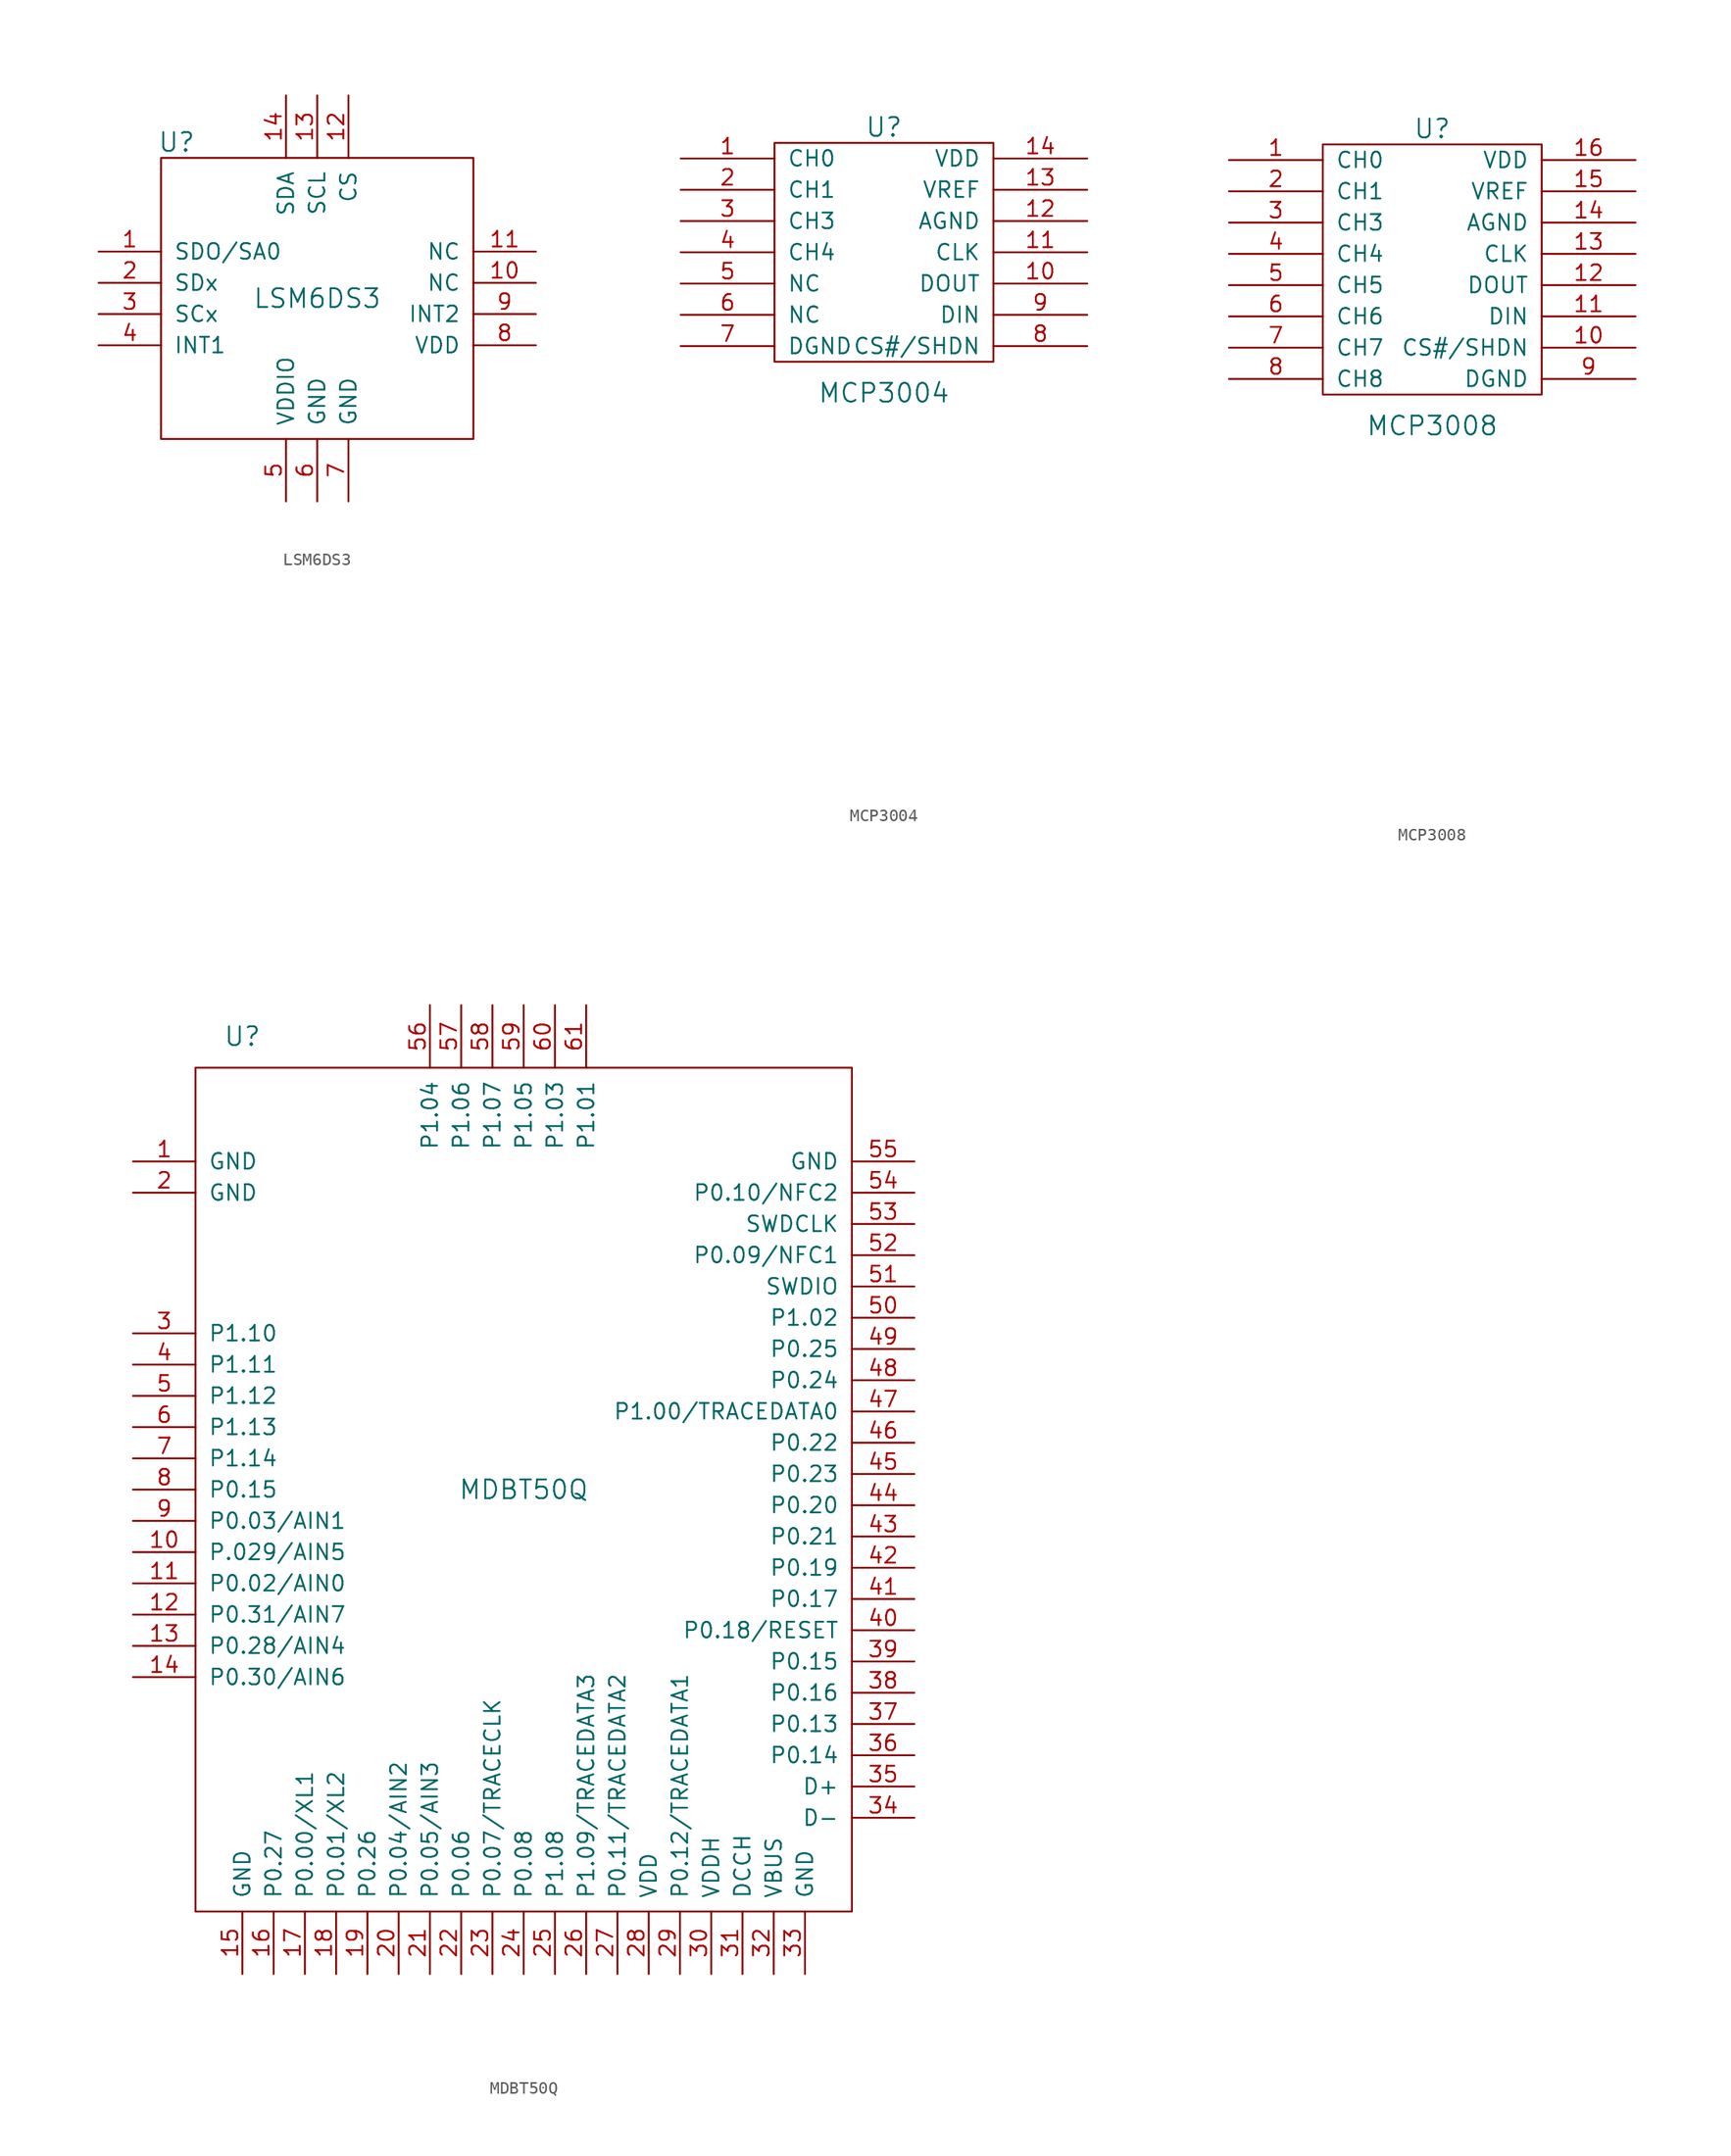
<source format=kicad_sym>
(kicad_symbol_lib
  (version 20220914)
  (generator kicad_symbol_editor)
  (symbol "LSM6DS3"
    (pin_names
      (offset 1.016))
    (property "Reference" "U"
      (at -11.43 12.7 0)
      (effects (font (size 1.524 1.524))))
    (property "Value" "LSM6DS3"
      (at 0 0 0)
      (effects (font (size 1.524 1.524))))
    (property "Footprint" ""
      (at 0 0 0)
      (effects (font (size 1.524 1.524))))
    (property "Datasheet" ""
      (at 0 0 0)
      (effects (font (size 1.524 1.524))))
    (symbol "LSM6DS3_0_1"
      (rectangle (start 12.7 11.43) (end -12.7 -11.43) (stroke (width 0) (type solid)) (fill (type none))))
    (symbol "LSM6DS3_1_1"
      (pin input line (at -17.78 3.81 0) (length 5.08) (name "SDO/SA0" (effects (font (size 1.27 1.27)))) (number "1" (effects (font (size 1.27 1.27)))))
      (pin input line (at 17.78 1.27 180) (length 5.08) (name "NC" (effects (font (size 1.27 1.27)))) (number "10" (effects (font (size 1.27 1.27)))))
      (pin input line (at 17.78 3.81 180) (length 5.08) (name "NC" (effects (font (size 1.27 1.27)))) (number "11" (effects (font (size 1.27 1.27)))))
      (pin input line (at 2.54 16.51 270) (length 5.08) (name "CS" (effects (font (size 1.27 1.27)))) (number "12" (effects (font (size 1.27 1.27)))))
      (pin input line (at 0 16.51 270) (length 5.08) (name "SCL" (effects (font (size 1.27 1.27)))) (number "13" (effects (font (size 1.27 1.27)))))
      (pin input line (at -2.54 16.51 270) (length 5.08) (name "SDA" (effects (font (size 1.27 1.27)))) (number "14" (effects (font (size 1.27 1.27)))))
      (pin input line (at -17.78 1.27 0) (length 5.08) (name "SDx" (effects (font (size 1.27 1.27)))) (number "2" (effects (font (size 1.27 1.27)))))
      (pin input line (at -17.78 -1.27 0) (length 5.08) (name "SCx" (effects (font (size 1.27 1.27)))) (number "3" (effects (font (size 1.27 1.27)))))
      (pin input line (at -17.78 -3.81 0) (length 5.08) (name "INT1" (effects (font (size 1.27 1.27)))) (number "4" (effects (font (size 1.27 1.27)))))
      (pin input line (at -2.54 -16.51 90) (length 5.08) (name "VDDIO" (effects (font (size 1.27 1.27)))) (number "5" (effects (font (size 1.27 1.27)))))
      (pin input line (at 0 -16.51 90) (length 5.08) (name "GND" (effects (font (size 1.27 1.27)))) (number "6" (effects (font (size 1.27 1.27)))))
      (pin input line (at 2.54 -16.51 90) (length 5.08) (name "GND" (effects (font (size 1.27 1.27)))) (number "7" (effects (font (size 1.27 1.27)))))
      (pin input line (at 17.78 -3.81 180) (length 5.08) (name "VDD" (effects (font (size 1.27 1.27)))) (number "8" (effects (font (size 1.27 1.27)))))
      (pin input line (at 17.78 -1.27 180) (length 5.08) (name "INT2" (effects (font (size 1.27 1.27)))) (number "9" (effects (font (size 1.27 1.27)))))))
  (symbol "MCP3004"
    (pin_names
      (offset 1.016))
    (property "Reference" "U"
      (at 0 10.16 0)
      (effects (font (size 1.524 1.524))))
    (property "Value" "MCP3004"
      (at 0 -11.43 0)
      (effects (font (size 1.524 1.524))))
    (property "Footprint" ""
      (at 7.62 -39.37 0)
      (effects (font (size 1.524 1.524))))
    (property "Datasheet" ""
      (at 7.62 -39.37 0)
      (effects (font (size 1.524 1.524))))
    (symbol "MCP3004_0_1"
      (rectangle (start -8.89 8.89) (end 8.89 -8.89) (stroke (width 0) (type solid)) (fill (type none))))
    (symbol "MCP3004_1_1"
      (pin input line (at -16.51 7.62 0) (length 7.62) (name "CH0" (effects (font (size 1.27 1.27)))) (number "1" (effects (font (size 1.27 1.27)))))
      (pin input line (at 16.51 -2.54 180) (length 7.62) (name "DOUT" (effects (font (size 1.27 1.27)))) (number "10" (effects (font (size 1.27 1.27)))))
      (pin input line (at 16.51 0 180) (length 7.62) (name "CLK" (effects (font (size 1.27 1.27)))) (number "11" (effects (font (size 1.27 1.27)))))
      (pin input line (at 16.51 2.54 180) (length 7.62) (name "AGND" (effects (font (size 1.27 1.27)))) (number "12" (effects (font (size 1.27 1.27)))))
      (pin input line (at 16.51 5.08 180) (length 7.62) (name "VREF" (effects (font (size 1.27 1.27)))) (number "13" (effects (font (size 1.27 1.27)))))
      (pin input line (at 16.51 7.62 180) (length 7.62) (name "VDD" (effects (font (size 1.27 1.27)))) (number "14" (effects (font (size 1.27 1.27)))))
      (pin input line (at -16.51 5.08 0) (length 7.62) (name "CH1" (effects (font (size 1.27 1.27)))) (number "2" (effects (font (size 1.27 1.27)))))
      (pin input line (at -16.51 2.54 0) (length 7.62) (name "CH3" (effects (font (size 1.27 1.27)))) (number "3" (effects (font (size 1.27 1.27)))))
      (pin input line (at -16.51 0 0) (length 7.62) (name "CH4" (effects (font (size 1.27 1.27)))) (number "4" (effects (font (size 1.27 1.27)))))
      (pin input line (at -16.51 -2.54 0) (length 7.62) (name "NC" (effects (font (size 1.27 1.27)))) (number "5" (effects (font (size 1.27 1.27)))))
      (pin input line (at -16.51 -5.08 0) (length 7.62) (name "NC" (effects (font (size 1.27 1.27)))) (number "6" (effects (font (size 1.27 1.27)))))
      (pin power_in line (at -16.51 -7.62 0) (length 7.62) (name "DGND" (effects (font (size 1.27 1.27)))) (number "7" (effects (font (size 1.27 1.27)))))
      (pin input line (at 16.51 -7.62 180) (length 7.62) (name "CS#/SHDN" (effects (font (size 1.27 1.27)))) (number "8" (effects (font (size 1.27 1.27)))))
      (pin input line (at 16.51 -5.08 180) (length 7.62) (name "DIN" (effects (font (size 1.27 1.27)))) (number "9" (effects (font (size 1.27 1.27)))))))
  (symbol "MCP3008"
    (pin_names
      (offset 1.016))
    (property "Reference" "U"
      (at 0 11.43 0)
      (effects (font (size 1.524 1.524))))
    (property "Value" "MCP3008"
      (at 0 -12.7 0)
      (effects (font (size 1.524 1.524))))
    (property "Footprint" ""
      (at 7.62 -39.37 0)
      (effects (font (size 1.524 1.524))))
    (property "Datasheet" ""
      (at 7.62 -39.37 0)
      (effects (font (size 1.524 1.524))))
    (symbol "MCP3008_0_1"
      (rectangle (start -8.89 10.16) (end 8.89 -10.16) (stroke (width 0) (type solid)) (fill (type none))))
    (symbol "MCP3008_1_1"
      (pin input line (at -16.51 8.89 0) (length 7.62) (name "CH0" (effects (font (size 1.27 1.27)))) (number "1" (effects (font (size 1.27 1.27)))))
      (pin input line (at 16.51 -6.35 180) (length 7.62) (name "CS#/SHDN" (effects (font (size 1.27 1.27)))) (number "10" (effects (font (size 1.27 1.27)))))
      (pin input line (at 16.51 -3.81 180) (length 7.62) (name "DIN" (effects (font (size 1.27 1.27)))) (number "11" (effects (font (size 1.27 1.27)))))
      (pin input line (at 16.51 -1.27 180) (length 7.62) (name "DOUT" (effects (font (size 1.27 1.27)))) (number "12" (effects (font (size 1.27 1.27)))))
      (pin input line (at 16.51 1.27 180) (length 7.62) (name "CLK" (effects (font (size 1.27 1.27)))) (number "13" (effects (font (size 1.27 1.27)))))
      (pin input line (at 16.51 3.81 180) (length 7.62) (name "AGND" (effects (font (size 1.27 1.27)))) (number "14" (effects (font (size 1.27 1.27)))))
      (pin input line (at 16.51 6.35 180) (length 7.62) (name "VREF" (effects (font (size 1.27 1.27)))) (number "15" (effects (font (size 1.27 1.27)))))
      (pin input line (at 16.51 8.89 180) (length 7.62) (name "VDD" (effects (font (size 1.27 1.27)))) (number "16" (effects (font (size 1.27 1.27)))))
      (pin input line (at -16.51 6.35 0) (length 7.62) (name "CH1" (effects (font (size 1.27 1.27)))) (number "2" (effects (font (size 1.27 1.27)))))
      (pin input line (at -16.51 3.81 0) (length 7.62) (name "CH3" (effects (font (size 1.27 1.27)))) (number "3" (effects (font (size 1.27 1.27)))))
      (pin input line (at -16.51 1.27 0) (length 7.62) (name "CH4" (effects (font (size 1.27 1.27)))) (number "4" (effects (font (size 1.27 1.27)))))
      (pin input line (at -16.51 -1.27 0) (length 7.62) (name "CH5" (effects (font (size 1.27 1.27)))) (number "5" (effects (font (size 1.27 1.27)))))
      (pin input line (at -16.51 -3.81 0) (length 7.62) (name "CH6" (effects (font (size 1.27 1.27)))) (number "6" (effects (font (size 1.27 1.27)))))
      (pin input line (at -16.51 -6.35 0) (length 7.62) (name "CH7" (effects (font (size 1.27 1.27)))) (number "7" (effects (font (size 1.27 1.27)))))
      (pin input line (at -16.51 -8.89 0) (length 7.62) (name "CH8" (effects (font (size 1.27 1.27)))) (number "8" (effects (font (size 1.27 1.27)))))
      (pin power_in line (at 16.51 -8.89 180) (length 7.62) (name "DGND" (effects (font (size 1.27 1.27)))) (number "9" (effects (font (size 1.27 1.27)))))))
  (symbol "MDBT50Q"
    (pin_names
      (offset 1.016))
    (property "Reference" "U"
      (at -22.86 36.83 0)
      (effects (font (size 1.524 1.524))))
    (property "Value" "MDBT50Q"
      (at 0 0 0)
      (effects (font (size 1.524 1.524))))
    (property "Footprint" ""
      (at -15.24 -13.97 0)
      (effects (font (size 1.524 1.524))))
    (property "Datasheet" ""
      (at -15.24 -13.97 0)
      (effects (font (size 1.524 1.524))))
    (symbol "MDBT50Q_0_1"
      (rectangle (start -26.67 -34.29) (end 26.67 34.29) (stroke (width 0) (type solid)) (fill (type none))))
    (symbol "MDBT50Q_1_1"
      (pin input line (at -31.75 26.67 0) (length 5.08) (name "GND" (effects (font (size 1.27 1.27)))) (number "1" (effects (font (size 1.27 1.27)))))
      (pin input line (at -31.75 -5.08 0) (length 5.08) (name "P.029/AIN5" (effects (font (size 1.27 1.27)))) (number "10" (effects (font (size 1.27 1.27)))))
      (pin input line (at -31.75 -7.62 0) (length 5.08) (name "P0.02/AIN0" (effects (font (size 1.27 1.27)))) (number "11" (effects (font (size 1.27 1.27)))))
      (pin input line (at -31.75 -10.16 0) (length 5.08) (name "P0.31/AIN7" (effects (font (size 1.27 1.27)))) (number "12" (effects (font (size 1.27 1.27)))))
      (pin input line (at -31.75 -12.7 0) (length 5.08) (name "P0.28/AIN4" (effects (font (size 1.27 1.27)))) (number "13" (effects (font (size 1.27 1.27)))))
      (pin input line (at -31.75 -15.24 0) (length 5.08) (name "P0.30/AIN6" (effects (font (size 1.27 1.27)))) (number "14" (effects (font (size 1.27 1.27)))))
      (pin input line (at -22.86 -39.37 90) (length 5.08) (name "GND" (effects (font (size 1.27 1.27)))) (number "15" (effects (font (size 1.27 1.27)))))
      (pin input line (at -20.32 -39.37 90) (length 5.08) (name "P0.27" (effects (font (size 1.27 1.27)))) (number "16" (effects (font (size 1.27 1.27)))))
      (pin input line (at -17.78 -39.37 90) (length 5.08) (name "P0.00/XL1" (effects (font (size 1.27 1.27)))) (number "17" (effects (font (size 1.27 1.27)))))
      (pin input line (at -15.24 -39.37 90) (length 5.08) (name "P0.01/XL2" (effects (font (size 1.27 1.27)))) (number "18" (effects (font (size 1.27 1.27)))))
      (pin input line (at -12.7 -39.37 90) (length 5.08) (name "P0.26" (effects (font (size 1.27 1.27)))) (number "19" (effects (font (size 1.27 1.27)))))
      (pin input line (at -31.75 24.13 0) (length 5.08) (name "GND" (effects (font (size 1.27 1.27)))) (number "2" (effects (font (size 1.27 1.27)))))
      (pin input line (at -10.16 -39.37 90) (length 5.08) (name "P0.04/AIN2" (effects (font (size 1.27 1.27)))) (number "20" (effects (font (size 1.27 1.27)))))
      (pin input line (at -7.62 -39.37 90) (length 5.08) (name "P0.05/AIN3" (effects (font (size 1.27 1.27)))) (number "21" (effects (font (size 1.27 1.27)))))
      (pin input line (at -5.08 -39.37 90) (length 5.08) (name "P0.06" (effects (font (size 1.27 1.27)))) (number "22" (effects (font (size 1.27 1.27)))))
      (pin input line (at -2.54 -39.37 90) (length 5.08) (name "P0.07/TRACECLK" (effects (font (size 1.27 1.27)))) (number "23" (effects (font (size 1.27 1.27)))))
      (pin input line (at 0 -39.37 90) (length 5.08) (name "P0.08" (effects (font (size 1.27 1.27)))) (number "24" (effects (font (size 1.27 1.27)))))
      (pin input line (at 2.54 -39.37 90) (length 5.08) (name "P1.08" (effects (font (size 1.27 1.27)))) (number "25" (effects (font (size 1.27 1.27)))))
      (pin input line (at 5.08 -39.37 90) (length 5.08) (name "P1.09/TRACEDATA3" (effects (font (size 1.27 1.27)))) (number "26" (effects (font (size 1.27 1.27)))))
      (pin input line (at 7.62 -39.37 90) (length 5.08) (name "P0.11/TRACEDATA2" (effects (font (size 1.27 1.27)))) (number "27" (effects (font (size 1.27 1.27)))))
      (pin input line (at 10.16 -39.37 90) (length 5.08) (name "VDD" (effects (font (size 1.27 1.27)))) (number "28" (effects (font (size 1.27 1.27)))))
      (pin input line (at 12.7 -39.37 90) (length 5.08) (name "P0.12/TRACEDATA1" (effects (font (size 1.27 1.27)))) (number "29" (effects (font (size 1.27 1.27)))))
      (pin input line (at -31.75 12.7 0) (length 5.08) (name "P1.10" (effects (font (size 1.27 1.27)))) (number "3" (effects (font (size 1.27 1.27)))))
      (pin input line (at 15.24 -39.37 90) (length 5.08) (name "VDDH" (effects (font (size 1.27 1.27)))) (number "30" (effects (font (size 1.27 1.27)))))
      (pin input line (at 17.78 -39.37 90) (length 5.08) (name "DCCH" (effects (font (size 1.27 1.27)))) (number "31" (effects (font (size 1.27 1.27)))))
      (pin input line (at 20.32 -39.37 90) (length 5.08) (name "VBUS" (effects (font (size 1.27 1.27)))) (number "32" (effects (font (size 1.27 1.27)))))
      (pin input line (at 22.86 -39.37 90) (length 5.08) (name "GND" (effects (font (size 1.27 1.27)))) (number "33" (effects (font (size 1.27 1.27)))))
      (pin input line (at 31.75 -26.67 180) (length 5.08) (name "D-" (effects (font (size 1.27 1.27)))) (number "34" (effects (font (size 1.27 1.27)))))
      (pin input line (at 31.75 -24.13 180) (length 5.08) (name "D+" (effects (font (size 1.27 1.27)))) (number "35" (effects (font (size 1.27 1.27)))))
      (pin input line (at 31.75 -21.59 180) (length 5.08) (name "P0.14" (effects (font (size 1.27 1.27)))) (number "36" (effects (font (size 1.27 1.27)))))
      (pin input line (at 31.75 -19.05 180) (length 5.08) (name "P0.13" (effects (font (size 1.27 1.27)))) (number "37" (effects (font (size 1.27 1.27)))))
      (pin input line (at 31.75 -16.51 180) (length 5.08) (name "P0.16" (effects (font (size 1.27 1.27)))) (number "38" (effects (font (size 1.27 1.27)))))
      (pin input line (at 31.75 -13.97 180) (length 5.08) (name "P0.15" (effects (font (size 1.27 1.27)))) (number "39" (effects (font (size 1.27 1.27)))))
      (pin input line (at -31.75 10.16 0) (length 5.08) (name "P1.11" (effects (font (size 1.27 1.27)))) (number "4" (effects (font (size 1.27 1.27)))))
      (pin input line (at 31.75 -11.43 180) (length 5.08) (name "P0.18/RESET" (effects (font (size 1.27 1.27)))) (number "40" (effects (font (size 1.27 1.27)))))
      (pin input line (at 31.75 -8.89 180) (length 5.08) (name "P0.17" (effects (font (size 1.27 1.27)))) (number "41" (effects (font (size 1.27 1.27)))))
      (pin input line (at 31.75 -6.35 180) (length 5.08) (name "P0.19" (effects (font (size 1.27 1.27)))) (number "42" (effects (font (size 1.27 1.27)))))
      (pin input line (at 31.75 -3.81 180) (length 5.08) (name "P0.21" (effects (font (size 1.27 1.27)))) (number "43" (effects (font (size 1.27 1.27)))))
      (pin input line (at 31.75 -1.27 180) (length 5.08) (name "P0.20" (effects (font (size 1.27 1.27)))) (number "44" (effects (font (size 1.27 1.27)))))
      (pin input line (at 31.75 1.27 180) (length 5.08) (name "P0.23" (effects (font (size 1.27 1.27)))) (number "45" (effects (font (size 1.27 1.27)))))
      (pin input line (at 31.75 3.81 180) (length 5.08) (name "P0.22" (effects (font (size 1.27 1.27)))) (number "46" (effects (font (size 1.27 1.27)))))
      (pin input line (at 31.75 6.35 180) (length 5.08) (name "P1.00/TRACEDATA0" (effects (font (size 1.27 1.27)))) (number "47" (effects (font (size 1.27 1.27)))))
      (pin input line (at 31.75 8.89 180) (length 5.08) (name "P0.24" (effects (font (size 1.27 1.27)))) (number "48" (effects (font (size 1.27 1.27)))))
      (pin input line (at 31.75 11.43 180) (length 5.08) (name "P0.25" (effects (font (size 1.27 1.27)))) (number "49" (effects (font (size 1.27 1.27)))))
      (pin input line (at -31.75 7.62 0) (length 5.08) (name "P1.12" (effects (font (size 1.27 1.27)))) (number "5" (effects (font (size 1.27 1.27)))))
      (pin input line (at 31.75 13.97 180) (length 5.08) (name "P1.02" (effects (font (size 1.27 1.27)))) (number "50" (effects (font (size 1.27 1.27)))))
      (pin input line (at 31.75 16.51 180) (length 5.08) (name "SWDIO" (effects (font (size 1.27 1.27)))) (number "51" (effects (font (size 1.27 1.27)))))
      (pin input line (at 31.75 19.05 180) (length 5.08) (name "P0.09/NFC1" (effects (font (size 1.27 1.27)))) (number "52" (effects (font (size 1.27 1.27)))))
      (pin input line (at 31.75 21.59 180) (length 5.08) (name "SWDCLK" (effects (font (size 1.27 1.27)))) (number "53" (effects (font (size 1.27 1.27)))))
      (pin input line (at 31.75 24.13 180) (length 5.08) (name "P0.10/NFC2" (effects (font (size 1.27 1.27)))) (number "54" (effects (font (size 1.27 1.27)))))
      (pin input line (at 31.75 26.67 180) (length 5.08) (name "GND" (effects (font (size 1.27 1.27)))) (number "55" (effects (font (size 1.27 1.27)))))
      (pin input line (at -7.62 39.37 270) (length 5.08) (name "P1.04" (effects (font (size 1.27 1.27)))) (number "56" (effects (font (size 1.27 1.27)))))
      (pin input line (at -5.08 39.37 270) (length 5.08) (name "P1.06" (effects (font (size 1.27 1.27)))) (number "57" (effects (font (size 1.27 1.27)))))
      (pin input line (at -2.54 39.37 270) (length 5.08) (name "P1.07" (effects (font (size 1.27 1.27)))) (number "58" (effects (font (size 1.27 1.27)))))
      (pin input line (at 0 39.37 270) (length 5.08) (name "P1.05" (effects (font (size 1.27 1.27)))) (number "59" (effects (font (size 1.27 1.27)))))
      (pin input line (at -31.75 5.08 0) (length 5.08) (name "P1.13" (effects (font (size 1.27 1.27)))) (number "6" (effects (font (size 1.27 1.27)))))
      (pin input line (at 2.54 39.37 270) (length 5.08) (name "P1.03" (effects (font (size 1.27 1.27)))) (number "60" (effects (font (size 1.27 1.27)))))
      (pin input line (at 5.08 39.37 270) (length 5.08) (name "P1.01" (effects (font (size 1.27 1.27)))) (number "61" (effects (font (size 1.27 1.27)))))
      (pin input line (at -31.75 2.54 0) (length 5.08) (name "P1.14" (effects (font (size 1.27 1.27)))) (number "7" (effects (font (size 1.27 1.27)))))
      (pin input line (at -31.75 0 0) (length 5.08) (name "P0.15" (effects (font (size 1.27 1.27)))) (number "8" (effects (font (size 1.27 1.27)))))
      (pin input line (at -31.75 -2.54 0) (length 5.08) (name "P0.03/AIN1" (effects (font (size 1.27 1.27)))) (number "9" (effects (font (size 1.27 1.27))))))))
</source>
